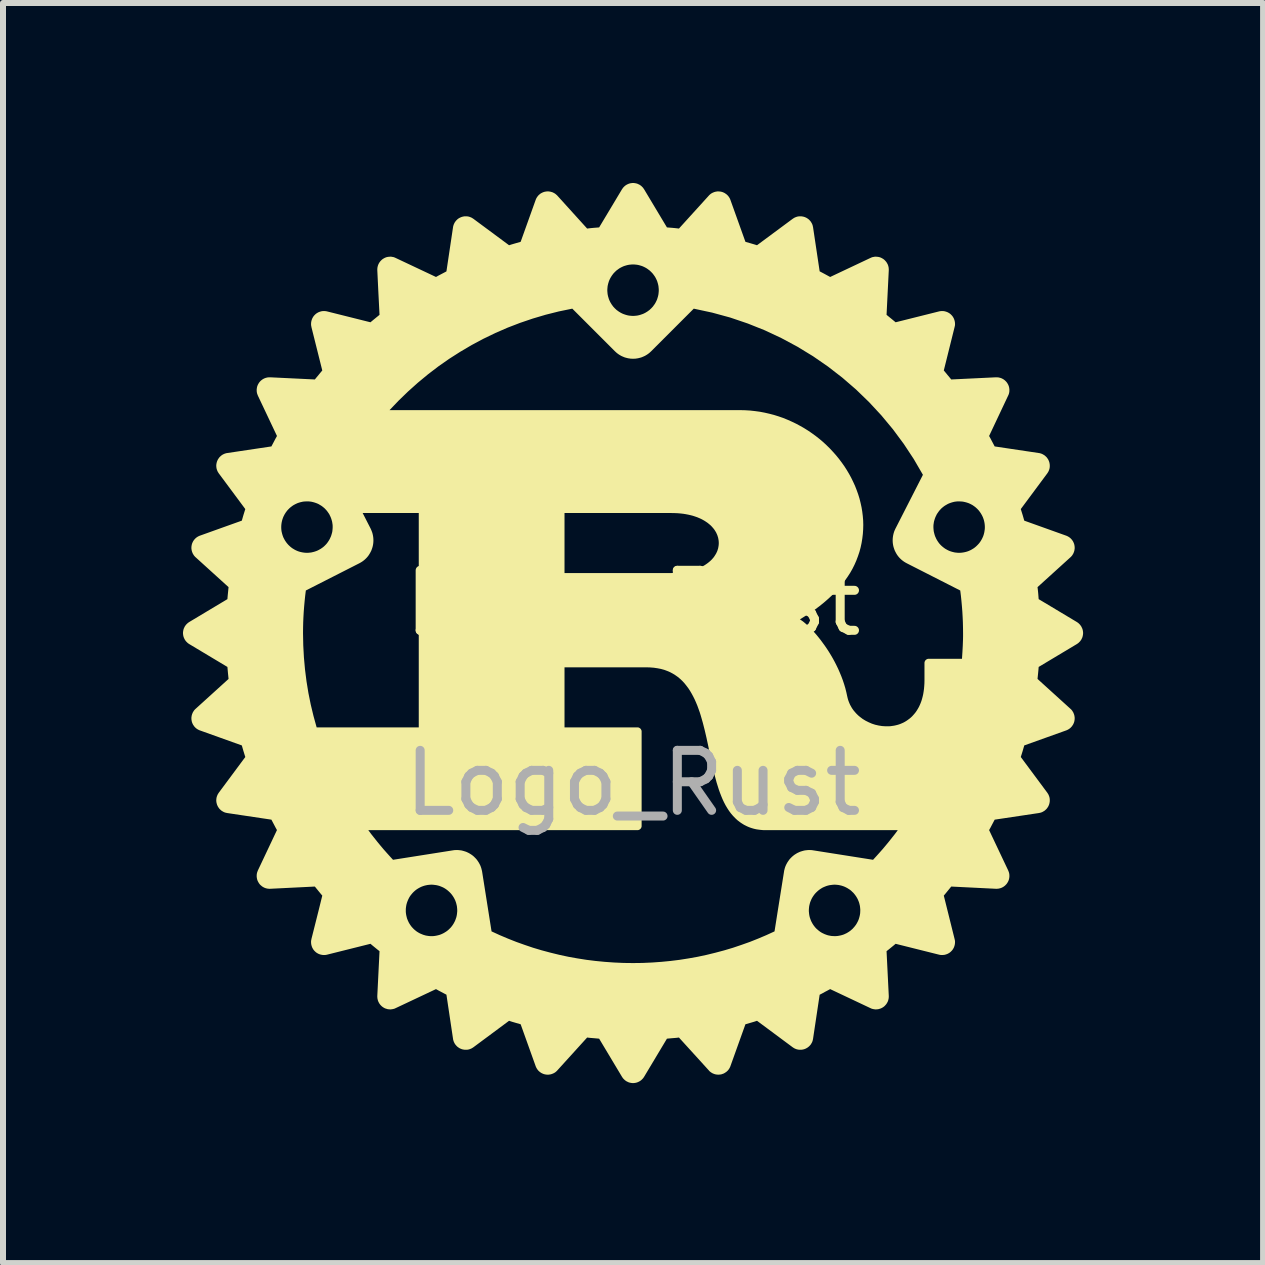
<source format=kicad_pcb>
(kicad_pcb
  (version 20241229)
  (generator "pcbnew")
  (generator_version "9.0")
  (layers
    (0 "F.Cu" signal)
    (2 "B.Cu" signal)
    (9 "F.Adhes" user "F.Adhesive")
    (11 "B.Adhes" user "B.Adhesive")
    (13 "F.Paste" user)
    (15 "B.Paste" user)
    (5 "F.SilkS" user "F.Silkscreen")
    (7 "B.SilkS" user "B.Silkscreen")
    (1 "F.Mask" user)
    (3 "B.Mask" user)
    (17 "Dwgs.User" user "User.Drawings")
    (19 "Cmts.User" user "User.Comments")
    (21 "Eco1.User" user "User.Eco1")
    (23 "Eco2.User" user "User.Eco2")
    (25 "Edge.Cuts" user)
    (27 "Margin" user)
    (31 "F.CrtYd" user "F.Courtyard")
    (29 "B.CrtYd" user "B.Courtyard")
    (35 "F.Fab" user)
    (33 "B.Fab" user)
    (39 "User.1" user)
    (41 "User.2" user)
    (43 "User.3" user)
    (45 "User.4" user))
  (footprint "Logo_Rust"
    (layer "F.Cu")
    (at 7.5 7.5)
    (property "Reference" "Logo_Rust" (at 0 -0.5 0) (unlocked yes) (layer "F.SilkS") (effects (font (size 1 1) (thickness 0.15))))
    (fp_poly (pts (xy 0.000023 -7.5) (xy 0.007 -7.5) (xy 0.014 -7.5) (xy 0.021 -7.499) (xy 0.028 -7.498) (xy 0.035 -7.497) (xy 0.042 -7.496) (xy 0.048 -7.494) (xy 0.055 -7.493) (xy 0.062 -7.491) (xy 0.068 -7.489) (xy 0.075 -7.487) (xy 0.081 -7.484) (xy 0.087 -7.481) (xy 0.094 -7.478) (xy 0.1 -7.475) (xy 0.106 -7.472) (xy 0.112 -7.469) (xy 0.117 -7.465) (xy 0.123 -7.461) (xy 0.129 -7.457) (xy 0.134 -7.453) (xy 0.139 -7.449) (xy 0.144 -7.444) (xy 0.149 -7.439) (xy 0.154 -7.434) (xy 0.159 -7.429) (xy 0.164 -7.424) (xy 0.168 -7.419) (xy 0.172 -7.413) (xy 0.176 -7.407) (xy 0.18 -7.402) (xy 0.184 -7.396) (xy 0.565 -6.76) (xy 0.665 -6.752) (xy 0.715 -6.747) (xy 0.765 -6.741) (xy 1.263 -7.29) (xy 1.272 -7.3) (xy 1.283 -7.309) (xy 1.293 -7.318) (xy 1.305 -7.326) (xy 1.317 -7.333) (xy 1.329 -7.339) (xy 1.341 -7.344) (xy 1.354 -7.349) (xy 1.367 -7.353) (xy 1.381 -7.356) (xy 1.394 -7.358) (xy 1.408 -7.36) (xy 1.421 -7.36) (xy 1.435 -7.359) (xy 1.449 -7.358) (xy 1.463 -7.356) (xy 1.477 -7.353) (xy 1.49 -7.349) (xy 1.503 -7.344) (xy 1.516 -7.338) (xy 1.528 -7.332) (xy 1.539 -7.324) (xy 1.551 -7.317) (xy 1.561 -7.308) (xy 1.571 -7.299) (xy 1.581 -7.289) (xy 1.59 -7.278) (xy 1.598 -7.267) (xy 1.605 -7.256) (xy 1.612 -7.244) (xy 1.618 -7.231) (xy 1.623 -7.218) (xy 1.873 -6.52) (xy 1.97 -6.492) (xy 2.018 -6.478) (xy 2.066 -6.463) (xy 2.66 -6.903) (xy 2.672 -6.911) (xy 2.684 -6.918) (xy 2.696 -6.925) (xy 2.709 -6.93) (xy 2.722 -6.935) (xy 2.735 -6.939) (xy 2.748 -6.942) (xy 2.762 -6.944) (xy 2.775 -6.945) (xy 2.789 -6.945) (xy 2.803 -6.945) (xy 2.816 -6.943) (xy 2.83 -6.941) (xy 2.843 -6.938) (xy 2.857 -6.934) (xy 2.87 -6.929) (xy 2.883 -6.923) (xy 2.895 -6.917) (xy 2.907 -6.909) (xy 2.918 -6.901) (xy 2.929 -6.893) (xy 2.939 -6.883) (xy 2.948 -6.873) (xy 2.957 -6.863) (xy 2.965 -6.852) (xy 2.972 -6.84) (xy 2.979 -6.828) (xy 2.985 -6.816) (xy 2.99 -6.803) (xy 2.994 -6.79) (xy 2.997 -6.776) (xy 3 -6.763) (xy 3.11 -6.028) (xy 3.154 -6.005) (xy 3.197 -5.982) (xy 3.241 -5.958) (xy 3.285 -5.934) (xy 3.956 -6.251) (xy 3.969 -6.257) (xy 3.982 -6.262) (xy 3.995 -6.266) (xy 4.009 -6.268) (xy 4.022 -6.271) (xy 4.036 -6.272) (xy 4.05 -6.272) (xy 4.063 -6.271) (xy 4.077 -6.27) (xy 4.09 -6.268) (xy 4.104 -6.265) (xy 4.117 -6.261) (xy 4.13 -6.256) (xy 4.142 -6.25) (xy 4.155 -6.243) (xy 4.167 -6.236) (xy 4.178 -6.228) (xy 4.189 -6.219) (xy 4.199 -6.209) (xy 4.208 -6.199) (xy 4.217 -6.189) (xy 4.225 -6.178) (xy 4.232 -6.166) (xy 4.239 -6.154) (xy 4.245 -6.142) (xy 4.25 -6.129) (xy 4.254 -6.116) (xy 4.257 -6.103) (xy 4.26 -6.089) (xy 4.261 -6.075) (xy 4.262 -6.061) (xy 4.262 -6.047) (xy 4.225 -5.303) (xy 4.263 -5.272) (xy 4.301 -5.241) (xy 4.339 -5.21) (xy 4.376 -5.179) (xy 5.099 -5.36) (xy 5.113 -5.363) (xy 5.127 -5.365) (xy 5.141 -5.366) (xy 5.155 -5.366) (xy 5.168 -5.366) (xy 5.182 -5.364) (xy 5.195 -5.362) (xy 5.209 -5.358) (xy 5.222 -5.354) (xy 5.235 -5.349) (xy 5.247 -5.344) (xy 5.259 -5.337) (xy 5.271 -5.33) (xy 5.282 -5.322) (xy 5.293 -5.313) (xy 5.303 -5.303) (xy 5.313 -5.293) (xy 5.322 -5.282) (xy 5.33 -5.271) (xy 5.337 -5.259) (xy 5.344 -5.247) (xy 5.349 -5.235) (xy 5.354 -5.222) (xy 5.358 -5.209) (xy 5.361 -5.196) (xy 5.364 -5.182) (xy 5.365 -5.169) (xy 5.366 -5.155) (xy 5.366 -5.141) (xy 5.365 -5.127) (xy 5.362 -5.113) (xy 5.359 -5.1) (xy 5.179 -4.376) (xy 5.21 -4.339) (xy 5.241 -4.301) (xy 5.272 -4.264) (xy 5.303 -4.226) (xy 6.047 -4.262) (xy 6.054 -4.262) (xy 6.061 -4.262) (xy 6.068 -4.262) (xy 6.075 -4.261) (xy 6.089 -4.26) (xy 6.102 -4.257) (xy 6.116 -4.254) (xy 6.129 -4.25) (xy 6.142 -4.245) (xy 6.154 -4.239) (xy 6.166 -4.233) (xy 6.178 -4.225) (xy 6.189 -4.217) (xy 6.199 -4.209) (xy 6.209 -4.199) (xy 6.219 -4.189) (xy 6.223 -4.184) (xy 6.228 -4.178) (xy 6.232 -4.173) (xy 6.236 -4.167) (xy 6.243 -4.155) (xy 6.25 -4.143) (xy 6.256 -4.13) (xy 6.261 -4.117) (xy 6.265 -4.104) (xy 6.268 -4.091) (xy 6.27 -4.077) (xy 6.272 -4.064) (xy 6.272 -4.05) (xy 6.272 -4.036) (xy 6.271 -4.022) (xy 6.269 -4.009) (xy 6.266 -3.995) (xy 6.262 -3.982) (xy 6.257 -3.969) (xy 6.251 -3.956) (xy 5.934 -3.284) (xy 5.958 -3.241) (xy 5.981 -3.197) (xy 6.027 -3.11) (xy 6.762 -3) (xy 6.776 -2.998) (xy 6.79 -2.994) (xy 6.803 -2.99) (xy 6.816 -2.985) (xy 6.828 -2.979) (xy 6.84 -2.972) (xy 6.852 -2.965) (xy 6.863 -2.957) (xy 6.873 -2.948) (xy 6.883 -2.939) (xy 6.893 -2.929) (xy 6.901 -2.918) (xy 6.909 -2.907) (xy 6.917 -2.895) (xy 6.923 -2.883) (xy 6.929 -2.87) (xy 6.934 -2.857) (xy 6.938 -2.844) (xy 6.941 -2.83) (xy 6.943 -2.816) (xy 6.945 -2.803) (xy 6.945 -2.789) (xy 6.945 -2.775) (xy 6.944 -2.762) (xy 6.942 -2.748) (xy 6.939 -2.735) (xy 6.935 -2.722) (xy 6.93 -2.709) (xy 6.925 -2.696) (xy 6.918 -2.684) (xy 6.911 -2.672) (xy 6.903 -2.66) (xy 6.462 -2.066) (xy 6.477 -2.018) (xy 6.492 -1.97) (xy 6.52 -1.873) (xy 7.218 -1.623) (xy 7.231 -1.618) (xy 7.243 -1.612) (xy 7.256 -1.605) (xy 7.267 -1.598) (xy 7.278 -1.59) (xy 7.289 -1.581) (xy 7.299 -1.571) (xy 7.308 -1.561) (xy 7.317 -1.551) (xy 7.324 -1.54) (xy 7.332 -1.528) (xy 7.338 -1.516) (xy 7.344 -1.503) (xy 7.349 -1.49) (xy 7.353 -1.477) (xy 7.356 -1.463) (xy 7.358 -1.449) (xy 7.36 -1.435) (xy 7.36 -1.422) (xy 7.36 -1.408) (xy 7.358 -1.394) (xy 7.356 -1.38) (xy 7.353 -1.367) (xy 7.349 -1.354) (xy 7.344 -1.341) (xy 7.339 -1.329) (xy 7.333 -1.317) (xy 7.325 -1.305) (xy 7.318 -1.293) (xy 7.309 -1.283) (xy 7.3 -1.272) (xy 7.289 -1.262) (xy 6.741 -0.765) (xy 6.747 -0.715) (xy 6.752 -0.665) (xy 6.756 -0.615) (xy 6.76 -0.565) (xy 7.396 -0.184) (xy 7.408 -0.176) (xy 7.419 -0.168) (xy 7.429 -0.159) (xy 7.439 -0.149) (xy 7.449 -0.139) (xy 7.457 -0.128) (xy 7.465 -0.117) (xy 7.472 -0.106) (xy 7.478 -0.093) (xy 7.484 -0.081) (xy 7.489 -0.068) (xy 7.493 -0.055) (xy 7.496 -0.042) (xy 7.498 -0.028) (xy 7.5 -0.014) (xy 7.5 0.00008) (xy 7.5 0.007) (xy 7.5 0.014) (xy 7.499 0.021) (xy 7.498 0.028) (xy 7.497 0.035) (xy 7.496 0.042) (xy 7.494 0.048) (xy 7.493 0.055) (xy 7.491 0.062) (xy 7.489 0.068) (xy 7.487 0.075) (xy 7.484 0.081) (xy 7.481 0.087) (xy 7.478 0.094) (xy 7.475 0.1) (xy 7.472 0.106) (xy 7.469 0.112) (xy 7.465 0.117) (xy 7.461 0.123) (xy 7.457 0.129) (xy 7.453 0.134) (xy 7.449 0.139) (xy 7.444 0.144) (xy 7.439 0.149) (xy 7.434 0.154) (xy 7.429 0.159) (xy 7.424 0.164) (xy 7.419 0.168) (xy 7.413 0.172) (xy 7.408 0.176) (xy 7.402 0.18) (xy 7.396 0.184) (xy 6.76 0.565) (xy 6.756 0.615) (xy 6.751 0.665) (xy 6.741 0.765) (xy 7.289 1.262) (xy 7.3 1.272) (xy 7.309 1.282) (xy 7.318 1.293) (xy 7.325 1.305) (xy 7.333 1.316) (xy 7.339 1.329) (xy 7.344 1.341) (xy 7.349 1.354) (xy 7.353 1.367) (xy 7.356 1.38) (xy 7.358 1.394) (xy 7.36 1.408) (xy 7.36 1.421) (xy 7.36 1.435) (xy 7.358 1.449) (xy 7.356 1.463) (xy 7.353 1.477) (xy 7.349 1.49) (xy 7.344 1.503) (xy 7.338 1.516) (xy 7.332 1.528) (xy 7.324 1.539) (xy 7.317 1.551) (xy 7.308 1.561) (xy 7.299 1.571) (xy 7.289 1.581) (xy 7.278 1.59) (xy 7.267 1.598) (xy 7.256 1.605) (xy 7.243 1.612) (xy 7.231 1.618) (xy 7.218 1.623) (xy 6.52 1.873) (xy 6.492 1.97) (xy 6.477 2.018) (xy 6.462 2.066) (xy 6.903 2.66) (xy 6.911 2.672) (xy 6.918 2.684) (xy 6.925 2.696) (xy 6.93 2.709) (xy 6.935 2.722) (xy 6.939 2.735) (xy 6.942 2.748) (xy 6.944 2.762) (xy 6.945 2.775) (xy 6.945 2.789) (xy 6.945 2.803) (xy 6.943 2.816) (xy 6.941 2.83) (xy 6.938 2.843) (xy 6.934 2.857) (xy 6.929 2.87) (xy 6.923 2.883) (xy 6.917 2.895) (xy 6.909 2.907) (xy 6.901 2.918) (xy 6.893 2.929) (xy 6.883 2.939) (xy 6.873 2.948) (xy 6.863 2.957) (xy 6.852 2.965) (xy 6.84 2.972) (xy 6.828 2.979) (xy 6.816 2.985) (xy 6.803 2.99) (xy 6.79 2.994) (xy 6.776 2.997) (xy 6.762 3) (xy 6.027 3.11) (xy 5.981 3.197) (xy 5.958 3.241) (xy 5.934 3.284) (xy 6.252 3.956) (xy 6.257 3.969) (xy 6.262 3.982) (xy 6.266 3.995) (xy 6.269 4.009) (xy 6.271 4.022) (xy 6.272 4.036) (xy 6.272 4.05) (xy 6.272 4.063) (xy 6.27 4.077) (xy 6.268 4.09) (xy 6.265 4.104) (xy 6.261 4.117) (xy 6.256 4.13) (xy 6.25 4.143) (xy 6.243 4.155) (xy 6.236 4.167) (xy 6.228 4.178) (xy 6.219 4.189) (xy 6.209 4.199) (xy 6.199 4.209) (xy 6.189 4.217) (xy 6.178 4.225) (xy 6.166 4.233) (xy 6.154 4.239) (xy 6.142 4.245) (xy 6.129 4.25) (xy 6.116 4.254) (xy 6.102 4.257) (xy 6.089 4.26) (xy 6.075 4.261) (xy 6.061 4.262) (xy 6.047 4.262) (xy 5.303 4.225) (xy 5.272 4.263) (xy 5.241 4.301) (xy 5.21 4.339) (xy 5.179 4.376) (xy 5.359 5.1) (xy 5.362 5.113) (xy 5.365 5.127) (xy 5.366 5.141) (xy 5.366 5.155) (xy 5.365 5.168) (xy 5.364 5.182) (xy 5.361 5.196) (xy 5.358 5.209) (xy 5.354 5.222) (xy 5.349 5.235) (xy 5.344 5.247) (xy 5.337 5.259) (xy 5.33 5.271) (xy 5.322 5.282) (xy 5.313 5.293) (xy 5.303 5.303) (xy 5.293 5.313) (xy 5.282 5.322) (xy 5.271 5.33) (xy 5.259 5.337) (xy 5.247 5.344) (xy 5.235 5.349) (xy 5.222 5.354) (xy 5.209 5.358) (xy 5.195 5.362) (xy 5.182 5.364) (xy 5.168 5.365) (xy 5.155 5.366) (xy 5.141 5.366) (xy 5.127 5.365) (xy 5.113 5.363) (xy 5.099 5.36) (xy 4.376 5.179) (xy 4.339 5.21) (xy 4.301 5.241) (xy 4.263 5.272) (xy 4.225 5.302) (xy 4.262 6.047) (xy 4.262 6.054) (xy 4.262 6.061) (xy 4.262 6.068) (xy 4.261 6.075) (xy 4.26 6.089) (xy 4.257 6.102) (xy 4.254 6.116) (xy 4.25 6.129) (xy 4.245 6.142) (xy 4.239 6.154) (xy 4.232 6.166) (xy 4.225 6.178) (xy 4.217 6.189) (xy 4.208 6.199) (xy 4.199 6.209) (xy 4.189 6.219) (xy 4.184 6.223) (xy 4.178 6.228) (xy 4.172 6.232) (xy 4.167 6.236) (xy 4.155 6.243) (xy 4.142 6.25) (xy 4.13 6.256) (xy 4.117 6.26) (xy 4.104 6.264) (xy 4.09 6.268) (xy 4.077 6.27) (xy 4.063 6.271) (xy 4.05 6.272) (xy 4.036 6.272) (xy 4.022 6.27) (xy 4.009 6.268) (xy 3.995 6.265) (xy 3.982 6.262) (xy 3.969 6.257) (xy 3.956 6.251) (xy 3.285 5.934) (xy 3.241 5.958) (xy 3.197 5.981) (xy 3.154 6.005) (xy 3.11 6.028) (xy 3 6.762) (xy 2.997 6.776) (xy 2.994 6.79) (xy 2.99 6.803) (xy 2.985 6.816) (xy 2.979 6.828) (xy 2.972 6.84) (xy 2.965 6.852) (xy 2.957 6.863) (xy 2.948 6.873) (xy 2.939 6.883) (xy 2.929 6.892) (xy 2.918 6.901) (xy 2.907 6.909) (xy 2.895 6.916) (xy 2.883 6.923) (xy 2.87 6.929) (xy 2.857 6.934) (xy 2.843 6.938) (xy 2.83 6.941) (xy 2.816 6.943) (xy 2.803 6.945) (xy 2.789 6.945) (xy 2.775 6.945) (xy 2.762 6.944) (xy 2.748 6.941) (xy 2.735 6.939) (xy 2.722 6.935) (xy 2.709 6.93) (xy 2.696 6.925) (xy 2.684 6.918) (xy 2.672 6.911) (xy 2.66 6.903) (xy 2.066 6.462) (xy 2.018 6.478) (xy 1.97 6.492) (xy 1.873 6.52) (xy 1.623 7.218) (xy 1.618 7.231) (xy 1.612 7.243) (xy 1.605 7.256) (xy 1.598 7.267) (xy 1.59 7.278) (xy 1.581 7.289) (xy 1.571 7.299) (xy 1.561 7.308) (xy 1.551 7.316) (xy 1.539 7.324) (xy 1.528 7.331) (xy 1.516 7.338) (xy 1.503 7.344) (xy 1.49 7.348) (xy 1.477 7.353) (xy 1.463 7.356) (xy 1.449 7.358) (xy 1.435 7.359) (xy 1.421 7.36) (xy 1.408 7.359) (xy 1.394 7.358) (xy 1.381 7.356) (xy 1.367 7.353) (xy 1.354 7.349) (xy 1.341 7.344) (xy 1.329 7.339) (xy 1.317 7.333) (xy 1.305 7.325) (xy 1.294 7.318) (xy 1.283 7.309) (xy 1.272 7.3) (xy 1.263 7.289) (xy 0.765 6.741) (xy 0.715 6.747) (xy 0.665 6.751) (xy 0.565 6.76) (xy 0.184 7.396) (xy 0.176 7.408) (xy 0.168 7.419) (xy 0.159 7.429) (xy 0.149 7.439) (xy 0.139 7.449) (xy 0.129 7.457) (xy 0.117 7.465) (xy 0.106 7.472) (xy 0.094 7.478) (xy 0.081 7.484) (xy 0.068 7.489) (xy 0.055 7.493) (xy 0.042 7.496) (xy 0.028 7.498) (xy 0.014 7.5) (xy 0.000031 7.5) (xy -0.007 7.5) (xy -0.014 7.5) (xy -0.021 7.499) (xy -0.028 7.498) (xy -0.035 7.497) (xy -0.042 7.496) (xy -0.048 7.494) (xy -0.055 7.493) (xy -0.062 7.491) (xy -0.068 7.489) (xy -0.075 7.487) (xy -0.081 7.484) (xy -0.087 7.481) (xy -0.094 7.478) (xy -0.1 7.475) (xy -0.106 7.472) (xy -0.112 7.469) (xy -0.117 7.465) (xy -0.123 7.461) (xy -0.129 7.457) (xy -0.134 7.453) (xy -0.139 7.449) (xy -0.144 7.444) (xy -0.149 7.439) (xy -0.154 7.434) (xy -0.159 7.429) (xy -0.164 7.424) (xy -0.168 7.419) (xy -0.172 7.413) (xy -0.176 7.408) (xy -0.18 7.402) (xy -0.184 7.396) (xy -0.565 6.76) (xy -0.665 6.751) (xy -0.715 6.747) (xy -0.765 6.741) (xy -1.262 7.289) (xy -1.272 7.3) (xy -1.283 7.309) (xy -1.293 7.318) (xy -1.305 7.326) (xy -1.317 7.333) (xy -1.329 7.339) (xy -1.341 7.344) (xy -1.354 7.349) (xy -1.367 7.353) (xy -1.381 7.356) (xy -1.394 7.358) (xy -1.408 7.36) (xy -1.422 7.36) (xy -1.435 7.36) (xy -1.449 7.358) (xy -1.463 7.356) (xy -1.477 7.353) (xy -1.49 7.349) (xy -1.503 7.344) (xy -1.516 7.338) (xy -1.528 7.332) (xy -1.54 7.324) (xy -1.551 7.317) (xy -1.561 7.308) (xy -1.572 7.299) (xy -1.581 7.289) (xy -1.59 7.278) (xy -1.598 7.267) (xy -1.605 7.256) (xy -1.612 7.243) (xy -1.618 7.231) (xy -1.623 7.218) (xy -1.873 6.52) (xy -1.97 6.492) (xy -2.018 6.478) (xy -2.066 6.462) (xy -2.66 6.903) (xy -2.672 6.911) (xy -2.684 6.918) (xy -2.696 6.925) (xy -2.709 6.93) (xy -2.722 6.935) (xy -2.735 6.939) (xy -2.748 6.942) (xy -2.762 6.944) (xy -2.775 6.945) (xy -2.789 6.945) (xy -2.803 6.945) (xy -2.816 6.943) (xy -2.83 6.941) (xy -2.844 6.938) (xy -2.857 6.934) (xy -2.87 6.929) (xy -2.883 6.923) (xy -2.895 6.917) (xy -2.907 6.909) (xy -2.918 6.901) (xy -2.929 6.893) (xy -2.939 6.883) (xy -2.948 6.873) (xy -2.957 6.863) (xy -2.965 6.852) (xy -2.973 6.84) (xy -2.979 6.828) (xy -2.985 6.816) (xy -2.99 6.803) (xy -2.994 6.79) (xy -2.998 6.776) (xy -3 6.762) (xy -3.11 6.027) (xy -3.154 6.004) (xy -3.197 5.981) (xy -3.241 5.958) (xy -3.284 5.934) (xy -3.956 6.251) (xy -3.969 6.257) (xy -3.982 6.262) (xy -3.995 6.265) (xy -4.009 6.268) (xy -4.022 6.27) (xy -4.036 6.272) (xy -4.05 6.272) (xy -4.063 6.271) (xy -4.077 6.27) (xy -4.091 6.268) (xy -4.104 6.264) (xy -4.117 6.26) (xy -4.13 6.256) (xy -4.143 6.25) (xy -4.155 6.243) (xy -4.167 6.236) (xy -4.178 6.228) (xy -4.189 6.219) (xy -4.199 6.209) (xy -4.209 6.199) (xy -4.217 6.189) (xy -4.225 6.178) (xy -4.233 6.166) (xy -4.239 6.154) (xy -4.245 6.142) (xy -4.25 6.129) (xy -4.254 6.116) (xy -4.257 6.102) (xy -4.26 6.089) (xy -4.261 6.075) (xy -4.262 6.061) (xy -4.262 6.047) (xy -4.225 5.302) (xy -4.263 5.272) (xy -4.301 5.241) (xy -4.339 5.21) (xy -4.376 5.179) (xy -5.099 5.36) (xy -5.113 5.363) (xy -5.127 5.365) (xy -5.141 5.366) (xy -5.155 5.366) (xy -5.168 5.365) (xy -5.182 5.364) (xy -5.195 5.361) (xy -5.209 5.358) (xy -5.222 5.354) (xy -5.235 5.349) (xy -5.247 5.344) (xy -5.259 5.337) (xy -5.271 5.33) (xy -5.282 5.322) (xy -5.293 5.313) (xy -5.303 5.303) (xy -5.313 5.293) (xy -5.322 5.282) (xy -5.33 5.271) (xy -5.337 5.259) (xy -5.344 5.247) (xy -5.349 5.235) (xy -5.354 5.222) (xy -5.358 5.209) (xy -5.361 5.196) (xy -5.364 5.182) (xy -5.365 5.168) (xy -5.366 5.155) (xy -5.366 5.141) (xy -5.365 5.127) (xy -5.362 5.113) (xy -5.36 5.1) (xy -5.241 4.627) (xy -3.787 4.627) (xy -3.787 4.648) (xy -3.785 4.669) (xy -3.782 4.69) (xy -3.778 4.711) (xy -3.773 4.731) (xy -3.768 4.752) (xy -3.761 4.771) (xy -3.753 4.791) (xy -3.744 4.81) (xy -3.735 4.829) (xy -3.724 4.847) (xy -3.713 4.864) (xy -3.701 4.881) (xy -3.688 4.898) (xy -3.674 4.913) (xy -3.659 4.929) (xy -3.644 4.943) (xy -3.627 4.957) (xy -3.611 4.97) (xy -3.593 4.982) (xy -3.575 4.993) (xy -3.557 5.003) (xy -3.538 5.012) (xy -3.518 5.02) (xy -3.499 5.028) (xy -3.479 5.034) (xy -3.459 5.04) (xy -3.438 5.044) (xy -3.418 5.047) (xy -3.397 5.05) (xy -3.376 5.051) (xy -3.355 5.051) (xy -3.334 5.051) (xy -3.313 5.049) (xy -3.292 5.046) (xy -3.271 5.042) (xy -3.25 5.037) (xy -3.23 5.032) (xy -3.21 5.025) (xy -3.19 5.017) (xy -3.171 5.008) (xy -3.153 4.999) (xy -3.135 4.988) (xy -3.117 4.977) (xy -3.1 4.965) (xy -3.084 4.952) (xy -3.068 4.938) (xy -3.053 4.923) (xy -3.038 4.908) (xy -3.025 4.892) (xy -3.012 4.875) (xy -2.999 4.856) (xy -2.988 4.838) (xy -2.978 4.819) (xy -2.968 4.8) (xy -2.96 4.78) (xy -2.953 4.76) (xy -2.946 4.74) (xy -2.941 4.72) (xy -2.937 4.7) (xy -2.934 4.679) (xy -2.932 4.658) (xy -2.93 4.638) (xy -2.93 4.617) (xy -2.931 4.597) (xy -2.933 4.576) (xy -2.935 4.556) (xy -2.939 4.536) (xy -2.944 4.516) (xy -2.949 4.496) (xy -2.956 4.476) (xy -2.963 4.457) (xy -2.972 4.438) (xy -2.981 4.42) (xy -2.992 4.401) (xy -3.003 4.384) (xy -3.015 4.367) (xy -3.028 4.35) (xy -3.042 4.334) (xy -3.057 4.319) (xy -3.073 4.304) (xy -3.089 4.29) (xy -3.107 4.276) (xy -3.12 4.267) (xy -3.133 4.258) (xy -3.147 4.25) (xy -3.161 4.242) (xy -3.176 4.235) (xy -3.19 4.229) (xy -3.205 4.223) (xy -3.22 4.217) (xy -3.235 4.212) (xy -3.251 4.208) (xy -3.266 4.204) (xy -3.282 4.201) (xy -3.298 4.199) (xy -3.314 4.197) (xy -3.33 4.195) (xy -3.346 4.194) (xy -3.346 4.194) (xy -3.372 4.194) (xy -3.399 4.196) (xy -3.425 4.199) (xy -3.45 4.204) (xy -3.475 4.21) (xy -3.5 4.218) (xy -3.524 4.227) (xy -3.548 4.238) (xy -3.57 4.25) (xy -3.592 4.263) (xy -3.614 4.278) (xy -3.634 4.294) (xy -3.654 4.312) (xy -3.672 4.33) (xy -3.689 4.35) (xy -3.706 4.371) (xy -3.718 4.388) (xy -3.729 4.406) (xy -3.739 4.425) (xy -3.748 4.444) (xy -3.756 4.463) (xy -3.764 4.483) (xy -3.77 4.502) (xy -3.776 4.523) (xy -3.78 4.543) (xy -3.783 4.564) (xy -3.786 4.585) (xy -3.787 4.605) (xy -3.787 4.627) (xy -5.241 4.627) (xy -5.179 4.376) (xy -5.21 4.339) (xy -5.241 4.301) (xy -5.272 4.263) (xy -5.303 4.225) (xy -6.047 4.262) (xy -6.054 4.262) (xy -6.061 4.262) (xy -6.068 4.262) (xy -6.075 4.261) (xy -6.089 4.26) (xy -6.103 4.257) (xy -6.116 4.254) (xy -6.129 4.25) (xy -6.142 4.245) (xy -6.154 4.239) (xy -6.166 4.233) (xy -6.178 4.225) (xy -6.189 4.217) (xy -6.199 4.208) (xy -6.21 4.199) (xy -6.219 4.189) (xy -6.224 4.184) (xy -6.228 4.178) (xy -6.232 4.172) (xy -6.236 4.167) (xy -6.243 4.155) (xy -6.25 4.142) (xy -6.256 4.13) (xy -6.261 4.117) (xy -6.265 4.104) (xy -6.268 4.09) (xy -6.27 4.077) (xy -6.272 4.063) (xy -6.272 4.05) (xy -6.272 4.036) (xy -6.271 4.022) (xy -6.269 4.009) (xy -6.266 3.995) (xy -6.262 3.982) (xy -6.257 3.969) (xy -6.252 3.956) (xy -5.935 3.285) (xy -4.412 3.285) (xy -4.364 3.35) (xy -4.314 3.413) (xy -4.264 3.476) (xy -4.213 3.538) (xy -4.161 3.6) (xy -4.108 3.66) (xy -4.054 3.72) (xy -4 3.779) (xy -3.006 3.622) (xy -3 3.621) (xy -2.993 3.62) (xy -2.987 3.619) (xy -2.98 3.618) (xy -2.974 3.618) (xy -2.967 3.617) (xy -2.961 3.617) (xy -2.954 3.617) (xy -2.934 3.616) (xy -2.914 3.617) (xy -2.894 3.619) (xy -2.875 3.621) (xy -2.855 3.624) (xy -2.836 3.629) (xy -2.818 3.634) (xy -2.799 3.64) (xy -2.781 3.646) (xy -2.763 3.654) (xy -2.746 3.662) (xy -2.729 3.671) (xy -2.713 3.681) (xy -2.697 3.691) (xy -2.681 3.702) (xy -2.666 3.714) (xy -2.652 3.726) (xy -2.638 3.74) (xy -2.625 3.753) (xy -2.612 3.767) (xy -2.6 3.782) (xy -2.589 3.798) (xy -2.578 3.814) (xy -2.568 3.83) (xy -2.559 3.847) (xy -2.55 3.864) (xy -2.542 3.882) (xy -2.535 3.901) (xy -2.529 3.919) (xy -2.524 3.939) (xy -2.519 3.958) (xy -2.515 3.978) (xy -2.358 4.972) (xy -2.223 5.034) (xy -2.086 5.092) (xy -1.947 5.147) (xy -1.807 5.197) (xy -1.665 5.245) (xy -1.521 5.288) (xy -1.375 5.327) (xy -1.228 5.363) (xy -1.079 5.395) (xy -0.929 5.422) (xy -0.777 5.446) (xy -0.624 5.465) (xy -0.47 5.48) (xy -0.315 5.491) (xy -0.158 5.498) (xy 0.000069 5.5) (xy 0.158 5.498) (xy 0.315 5.491) (xy 0.47 5.48) (xy 0.624 5.465) (xy 0.777 5.446) (xy 0.929 5.422) (xy 1.079 5.395) (xy 1.228 5.363) (xy 1.375 5.327) (xy 1.521 5.288) (xy 1.665 5.245) (xy 1.807 5.197) (xy 1.948 5.147) (xy 2.086 5.092) (xy 2.223 5.034) (xy 2.358 4.972) (xy 2.414 4.617) (xy 2.93 4.617) (xy 2.93 4.638) (xy 2.932 4.658) (xy 2.934 4.679) (xy 2.937 4.7) (xy 2.941 4.72) (xy 2.946 4.74) (xy 2.953 4.76) (xy 2.96 4.78) (xy 2.968 4.8) (xy 2.978 4.819) (xy 2.988 4.838) (xy 2.999 4.856) (xy 3.012 4.875) (xy 3.025 4.892) (xy 3.039 4.909) (xy 3.054 4.925) (xy 3.07 4.939) (xy 3.086 4.953) (xy 3.102 4.966) (xy 3.12 4.979) (xy 3.137 4.99) (xy 3.155 5) (xy 3.174 5.009) (xy 3.193 5.018) (xy 3.212 5.025) (xy 3.231 5.032) (xy 3.251 5.038) (xy 3.271 5.042) (xy 3.291 5.046) (xy 3.312 5.049) (xy 3.332 5.05) (xy 3.353 5.051) (xy 3.374 5.051) (xy 3.394 5.05) (xy 3.415 5.048) (xy 3.435 5.044) (xy 3.456 5.04) (xy 3.476 5.035) (xy 3.496 5.029) (xy 3.516 5.022) (xy 3.535 5.013) (xy 3.555 5.004) (xy 3.574 4.993) (xy 3.592 4.982) (xy 3.61 4.97) (xy 3.627 4.957) (xy 3.643 4.943) (xy 3.659 4.929) (xy 3.673 4.913) (xy 3.687 4.898) (xy 3.7 4.881) (xy 3.713 4.864) (xy 3.724 4.847) (xy 3.734 4.829) (xy 3.744 4.81) (xy 3.753 4.791) (xy 3.761 4.771) (xy 3.767 4.752) (xy 3.773 4.731) (xy 3.778 4.711) (xy 3.782 4.69) (xy 3.785 4.669) (xy 3.786 4.648) (xy 3.787 4.627) (xy 3.787 4.606) (xy 3.785 4.585) (xy 3.783 4.564) (xy 3.78 4.543) (xy 3.775 4.523) (xy 3.77 4.502) (xy 3.764 4.483) (xy 3.756 4.463) (xy 3.748 4.444) (xy 3.739 4.425) (xy 3.728 4.406) (xy 3.717 4.388) (xy 3.705 4.371) (xy 3.689 4.35) (xy 3.672 4.33) (xy 3.653 4.312) (xy 3.634 4.294) (xy 3.614 4.278) (xy 3.592 4.264) (xy 3.57 4.25) (xy 3.547 4.238) (xy 3.524 4.227) (xy 3.5 4.218) (xy 3.475 4.21) (xy 3.45 4.204) (xy 3.425 4.199) (xy 3.399 4.196) (xy 3.372 4.194) (xy 3.346 4.194) (xy 3.33 4.195) (xy 3.314 4.197) (xy 3.298 4.199) (xy 3.282 4.201) (xy 3.266 4.204) (xy 3.251 4.208) (xy 3.235 4.212) (xy 3.22 4.217) (xy 3.205 4.223) (xy 3.19 4.229) (xy 3.176 4.235) (xy 3.161 4.242) (xy 3.147 4.25) (xy 3.134 4.258) (xy 3.12 4.267) (xy 3.107 4.276) (xy 3.089 4.29) (xy 3.073 4.304) (xy 3.057 4.319) (xy 3.042 4.334) (xy 3.028 4.35) (xy 3.015 4.367) (xy 3.003 4.384) (xy 2.992 4.401) (xy 2.981 4.42) (xy 2.972 4.438) (xy 2.964 4.457) (xy 2.956 4.476) (xy 2.949 4.496) (xy 2.944 4.516) (xy 2.939 4.536) (xy 2.935 4.556) (xy 2.933 4.576) (xy 2.931 4.597) (xy 2.93 4.617) (xy 2.414 4.617) (xy 2.516 3.978) (xy 2.519 3.958) (xy 2.524 3.939) (xy 2.529 3.919) (xy 2.535 3.901) (xy 2.542 3.882) (xy 2.55 3.864) (xy 2.559 3.847) (xy 2.568 3.83) (xy 2.578 3.814) (xy 2.589 3.798) (xy 2.6 3.782) (xy 2.612 3.767) (xy 2.625 3.753) (xy 2.638 3.74) (xy 2.652 3.726) (xy 2.667 3.714) (xy 2.681 3.702) (xy 2.697 3.691) (xy 2.713 3.681) (xy 2.729 3.671) (xy 2.746 3.662) (xy 2.764 3.654) (xy 2.781 3.646) (xy 2.799 3.64) (xy 2.818 3.634) (xy 2.836 3.629) (xy 2.856 3.624) (xy 2.875 3.621) (xy 2.894 3.619) (xy 2.914 3.617) (xy 2.934 3.616) (xy 2.954 3.617) (xy 2.961 3.617) (xy 2.967 3.617) (xy 2.974 3.618) (xy 2.98 3.618) (xy 2.987 3.619) (xy 2.993 3.62) (xy 2.999 3.621) (xy 3.006 3.622) (xy 4 3.779) (xy 4.054 3.72) (xy 4.108 3.66) (xy 4.161 3.6) (xy 4.213 3.538) (xy 4.264 3.476) (xy 4.314 3.413) (xy 4.364 3.35) (xy 4.412 3.285) (xy 2.214 3.285) (xy 2.182 3.285) (xy 2.151 3.283) (xy 2.12 3.28) (xy 2.09 3.276) (xy 2.061 3.272) (xy 2.032 3.266) (xy 2.005 3.259) (xy 1.978 3.251) (xy 1.951 3.242) (xy 1.925 3.232) (xy 1.9 3.221) (xy 1.876 3.209) (xy 1.852 3.197) (xy 1.829 3.183) (xy 1.807 3.169) (xy 1.785 3.154) (xy 1.764 3.138) (xy 1.743 3.122) (xy 1.723 3.104) (xy 1.704 3.086) (xy 1.667 3.048) (xy 1.632 3.007) (xy 1.6 2.964) (xy 1.57 2.918) (xy 1.542 2.871) (xy 1.516 2.821) (xy 1.492 2.77) (xy 1.47 2.717) (xy 1.449 2.663) (xy 1.429 2.607) (xy 1.393 2.492) (xy 1.361 2.373) (xy 1.332 2.25) (xy 1.304 2.125) (xy 1.251 1.872) (xy 1.224 1.746) (xy 1.195 1.621) (xy 1.164 1.499) (xy 1.13 1.38) (xy 1.112 1.322) (xy 1.092 1.266) (xy 1.072 1.211) (xy 1.05 1.158) (xy 1.027 1.106) (xy 1.002 1.056) (xy 0.976 1.008) (xy 0.949 0.962) (xy 0.92 0.918) (xy 0.889 0.877) (xy 0.857 0.837) (xy 0.823 0.8) (xy 0.786 0.765) (xy 0.748 0.733) (xy 0.707 0.704) (xy 0.664 0.677) (xy 0.619 0.653) (xy 0.57 0.632) (xy 0.519 0.613) (xy 0.464 0.598) (xy 0.407 0.587) (xy 0.346 0.578) (xy 0.282 0.573) (xy 0.214 0.571) (xy -1.142 0.571) (xy -1.142 1.572) (xy 0.072 1.572) (xy 0.075 1.572) (xy 0.079 1.572) (xy 0.082 1.573) (xy 0.086 1.573) (xy 0.089 1.574) (xy 0.093 1.575) (xy 0.096 1.576) (xy 0.099 1.577) (xy 0.102 1.579) (xy 0.105 1.58) (xy 0.108 1.582) (xy 0.111 1.584) (xy 0.114 1.586) (xy 0.117 1.588) (xy 0.119 1.59) (xy 0.122 1.592) (xy 0.124 1.595) (xy 0.127 1.597) (xy 0.129 1.6) (xy 0.131 1.603) (xy 0.133 1.606) (xy 0.134 1.609) (xy 0.136 1.612) (xy 0.137 1.615) (xy 0.139 1.618) (xy 0.14 1.621) (xy 0.141 1.625) (xy 0.142 1.628) (xy 0.142 1.632) (xy 0.143 1.635) (xy 0.143 1.639) (xy 0.143 1.642) (xy 0.143 3.215) (xy 0.143 3.218) (xy 0.143 3.222) (xy 0.142 3.225) (xy 0.142 3.229) (xy 0.141 3.232) (xy 0.14 3.236) (xy 0.139 3.239) (xy 0.137 3.242) (xy 0.136 3.245) (xy 0.134 3.248) (xy 0.133 3.251) (xy 0.131 3.254) (xy 0.129 3.257) (xy 0.127 3.26) (xy 0.124 3.262) (xy 0.122 3.265) (xy 0.12 3.267) (xy 0.117 3.269) (xy 0.114 3.271) (xy 0.111 3.273) (xy 0.109 3.275) (xy 0.106 3.277) (xy 0.102 3.279) (xy 0.099 3.28) (xy 0.096 3.281) (xy 0.093 3.282) (xy 0.089 3.283) (xy 0.086 3.284) (xy 0.082 3.285) (xy 0.079 3.285) (xy 0.075 3.285) (xy 0.072 3.285) (xy -4.412 3.285) (xy -5.935 3.285) (xy -5.934 3.284) (xy -5.958 3.241) (xy -5.981 3.197) (xy -6.027 3.11) (xy -6.762 3) (xy -6.776 2.997) (xy -6.79 2.994) (xy -6.803 2.99) (xy -6.816 2.985) (xy -6.828 2.979) (xy -6.84 2.972) (xy -6.852 2.965) (xy -6.863 2.957) (xy -6.873 2.948) (xy -6.883 2.939) (xy -6.893 2.929) (xy -6.901 2.918) (xy -6.909 2.907) (xy -6.917 2.895) (xy -6.923 2.883) (xy -6.929 2.87) (xy -6.934 2.857) (xy -6.938 2.843) (xy -6.941 2.83) (xy -6.944 2.816) (xy -6.945 2.803) (xy -6.946 2.789) (xy -6.945 2.775) (xy -6.944 2.762) (xy -6.942 2.748) (xy -6.939 2.735) (xy -6.935 2.722) (xy -6.93 2.709) (xy -6.925 2.696) (xy -6.918 2.684) (xy -6.911 2.672) (xy -6.903 2.66) (xy -6.462 2.066) (xy -6.477 2.018) (xy -6.492 1.97) (xy -6.52 1.873) (xy -7.218 1.623) (xy -7.231 1.618) (xy -7.243 1.612) (xy -7.256 1.605) (xy -7.267 1.598) (xy -7.278 1.59) (xy -7.289 1.581) (xy -7.299 1.571) (xy -7.308 1.561) (xy -7.317 1.551) (xy -7.324 1.539) (xy -7.332 1.528) (xy -7.338 1.516) (xy -7.344 1.503) (xy -7.349 1.49) (xy -7.353 1.477) (xy -7.356 1.463) (xy -7.358 1.449) (xy -7.36 1.435) (xy -7.36 1.421) (xy -7.36 1.408) (xy -7.358 1.394) (xy -7.356 1.38) (xy -7.353 1.367) (xy -7.349 1.354) (xy -7.344 1.341) (xy -7.339 1.329) (xy -7.333 1.316) (xy -7.325 1.305) (xy -7.318 1.293) (xy -7.309 1.282) (xy -7.3 1.272) (xy -7.289 1.262) (xy -6.741 0.765) (xy -6.746 0.715) (xy -6.751 0.665) (xy -6.76 0.565) (xy -7.396 0.184) (xy -7.408 0.176) (xy -7.419 0.168) (xy -7.429 0.159) (xy -7.439 0.149) (xy -7.449 0.139) (xy -7.457 0.129) (xy -7.465 0.117) (xy -7.472 0.106) (xy -7.478 0.094) (xy -7.484 0.081) (xy -7.489 0.068) (xy -7.493 0.055) (xy -7.496 0.042) (xy -7.498 0.028) (xy -7.5 0.014) (xy -7.5 0.000069) (xy -5.5 0.000069) (xy -5.496 0.204) (xy -5.485 0.406) (xy -5.467 0.606) (xy -5.442 0.804) (xy -5.41 1) (xy -5.371 1.193) (xy -5.325 1.384) (xy -5.273 1.572) (xy -3.571 1.572) (xy -3.571 -2) (xy -1.142 -2) (xy -1.142 -1) (xy 0.643 -1) (xy 0.693 -1.001) (xy 0.742 -1.003) (xy 0.789 -1.007) (xy 0.834 -1.012) (xy 0.878 -1.019) (xy 0.919 -1.027) (xy 0.959 -1.036) (xy 0.998 -1.047) (xy 1.034 -1.058) (xy 1.069 -1.071) (xy 1.102 -1.084) (xy 1.134 -1.099) (xy 1.164 -1.114) (xy 1.192 -1.13) (xy 1.218 -1.147) (xy 1.243 -1.165) (xy 1.266 -1.183) (xy 1.288 -1.202) (xy 1.308 -1.221) (xy 1.326 -1.241) (xy 1.343 -1.261) (xy 1.358 -1.282) (xy 1.371 -1.303) (xy 1.384 -1.324) (xy 1.394 -1.345) (xy 1.404 -1.367) (xy 1.411 -1.389) (xy 1.418 -1.411) (xy 1.422 -1.433) (xy 1.426 -1.456) (xy 1.428 -1.478) (xy 1.429 -1.5) (xy 1.428 -1.522) (xy 1.426 -1.545) (xy 1.422 -1.567) (xy 1.418 -1.589) (xy 1.411 -1.611) (xy 1.404 -1.633) (xy 1.394 -1.655) (xy 1.384 -1.677) (xy 1.371 -1.698) (xy 1.358 -1.719) (xy 1.343 -1.739) (xy 1.326 -1.759) (xy 1.308 -1.779) (xy 1.288 -1.799) (xy 1.266 -1.817) (xy 1.243 -1.836) (xy 1.218 -1.853) (xy 1.192 -1.87) (xy 1.164 -1.886) (xy 1.134 -1.902) (xy 1.102 -1.916) (xy 1.069 -1.93) (xy 1.034 -1.942) (xy 0.998 -1.954) (xy 0.959 -1.964) (xy 0.919 -1.973) (xy 0.878 -1.981) (xy 0.834 -1.988) (xy 0.789 -1.993) (xy 0.742 -1.997) (xy 0.693 -1.999) (xy 0.643 -2) (xy -1.142 -2) (xy -3.571 -2) (xy -4.506 -2) (xy -4.373 -1.74) (xy -4.364 -1.72) (xy -4.356 -1.7) (xy -4.348 -1.679) (xy -4.342 -1.659) (xy -4.337 -1.638) (xy -4.333 -1.617) (xy -4.33 -1.597) (xy -4.328 -1.576) (xy -4.327 -1.555) (xy -4.327 -1.534) (xy -4.328 -1.514) (xy -4.33 -1.493) (xy -4.333 -1.473) (xy -4.337 -1.452) (xy -4.342 -1.432) (xy -4.348 -1.413) (xy -4.355 -1.393) (xy -4.362 -1.374) (xy -4.371 -1.356) (xy -4.381 -1.337) (xy -4.391 -1.32) (xy -4.402 -1.302) (xy -4.414 -1.285) (xy -4.427 -1.269) (xy -4.441 -1.253) (xy -4.456 -1.238) (xy -4.471 -1.224) (xy -4.488 -1.21) (xy -4.505 -1.197) (xy -4.523 -1.185) (xy -4.541 -1.174) (xy -4.561 -1.163) (xy -5.453 -0.709) (xy -5.464 -0.621) (xy -5.473 -0.534) (xy -5.481 -0.446) (xy -5.488 -0.357) (xy -5.493 -0.269) (xy -5.497 -0.179) (xy -5.499 -0.09) (xy -5.5 0.000069) (xy -7.5 0.000069) (xy -7.5 -0.007) (xy -7.5 -0.014) (xy -7.499 -0.021) (xy -7.498 -0.028) (xy -7.497 -0.035) (xy -7.496 -0.042) (xy -7.494 -0.048) (xy -7.493 -0.055) (xy -7.491 -0.062) (xy -7.489 -0.068) (xy -7.487 -0.075) (xy -7.484 -0.081) (xy -7.481 -0.087) (xy -7.478 -0.094) (xy -7.475 -0.1) (xy -7.472 -0.106) (xy -7.469 -0.112) (xy -7.465 -0.117) (xy -7.461 -0.123) (xy -7.457 -0.128) (xy -7.453 -0.134) (xy -7.449 -0.139) (xy -7.444 -0.144) (xy -7.439 -0.149) (xy -7.434 -0.154) (xy -7.429 -0.159) (xy -7.424 -0.163) (xy -7.419 -0.168) (xy -7.413 -0.172) (xy -7.408 -0.176) (xy -7.402 -0.18) (xy -7.396 -0.184) (xy -6.76 -0.565) (xy -6.756 -0.615) (xy -6.751 -0.665) (xy -6.741 -0.765) (xy -7.289 -1.262) (xy -7.3 -1.272) (xy -7.309 -1.283) (xy -7.318 -1.293) (xy -7.325 -1.305) (xy -7.333 -1.317) (xy -7.339 -1.329) (xy -7.344 -1.341) (xy -7.349 -1.354) (xy -7.353 -1.367) (xy -7.356 -1.38) (xy -7.358 -1.394) (xy -7.36 -1.408) (xy -7.36 -1.422) (xy -7.36 -1.435) (xy -7.358 -1.449) (xy -7.356 -1.463) (xy -7.353 -1.477) (xy -7.349 -1.49) (xy -7.344 -1.503) (xy -7.338 -1.516) (xy -7.332 -1.528) (xy -7.324 -1.54) (xy -7.317 -1.551) (xy -7.308 -1.561) (xy -7.299 -1.571) (xy -7.289 -1.581) (xy -7.278 -1.59) (xy -7.267 -1.598) (xy -7.256 -1.605) (xy -7.243 -1.612) (xy -7.231 -1.618) (xy -7.218 -1.623) (xy -6.797 -1.774) (xy -5.863 -1.774) (xy -5.863 -1.753) (xy -5.862 -1.732) (xy -5.86 -1.711) (xy -5.857 -1.691) (xy -5.852 -1.67) (xy -5.847 -1.65) (xy -5.841 -1.63) (xy -5.834 -1.61) (xy -5.826 -1.59) (xy -5.816 -1.571) (xy -5.806 -1.552) (xy -5.795 -1.534) (xy -5.783 -1.517) (xy -5.771 -1.5) (xy -5.757 -1.484) (xy -5.743 -1.468) (xy -5.728 -1.454) (xy -5.713 -1.44) (xy -5.697 -1.427) (xy -5.68 -1.414) (xy -5.662 -1.403) (xy -5.644 -1.392) (xy -5.626 -1.382) (xy -5.606 -1.373) (xy -5.587 -1.365) (xy -5.567 -1.358) (xy -5.546 -1.352) (xy -5.524 -1.347) (xy -5.503 -1.343) (xy -5.482 -1.34) (xy -5.461 -1.338) (xy -5.44 -1.337) (xy -5.419 -1.337) (xy -5.398 -1.339) (xy -5.377 -1.341) (xy -5.357 -1.344) (xy -5.336 -1.349) (xy -5.316 -1.354) (xy -5.297 -1.36) (xy -5.277 -1.367) (xy -5.258 -1.375) (xy -5.24 -1.384) (xy -5.222 -1.394) (xy -5.204 -1.404) (xy -5.187 -1.416) (xy -5.17 -1.428) (xy -5.154 -1.441) (xy -5.139 -1.455) (xy -5.124 -1.47) (xy -5.11 -1.485) (xy -5.097 -1.501) (xy -5.085 -1.518) (xy -5.073 -1.536) (xy -5.062 -1.554) (xy -5.052 -1.573) (xy -5.043 -1.593) (xy -5.034 -1.613) (xy -5.027 -1.634) (xy -5.021 -1.655) (xy -5.015 -1.676) (xy -5.011 -1.697) (xy -5.009 -1.718) (xy -5.007 -1.74) (xy -5.006 -1.761) (xy -5.006 -1.782) (xy -5.007 -1.803) (xy -5.01 -1.823) (xy -5.013 -1.844) (xy -5.017 -1.864) (xy -5.023 -1.884) (xy -5.029 -1.904) (xy -5.036 -1.923) (xy -5.044 -1.942) (xy -5.053 -1.96) (xy -5.062 -1.979) (xy -5.073 -1.996) (xy -5.085 -2.013) (xy -5.097 -2.03) (xy -5.11 -2.046) (xy -5.124 -2.061) (xy -5.138 -2.076) (xy -5.154 -2.09) (xy -5.17 -2.103) (xy -5.187 -2.116) (xy -5.204 -2.127) (xy -5.223 -2.138) (xy -5.241 -2.149) (xy -5.261 -2.158) (xy -5.281 -2.166) (xy -5.302 -2.173) (xy -5.317 -2.178) (xy -5.333 -2.182) (xy -5.349 -2.186) (xy -5.364 -2.189) (xy -5.38 -2.191) (xy -5.396 -2.193) (xy -5.412 -2.194) (xy -5.428 -2.194) (xy -5.428 -2.194) (xy -5.446 -2.194) (xy -5.463 -2.193) (xy -5.48 -2.192) (xy -5.498 -2.19) (xy -5.514 -2.187) (xy -5.531 -2.183) (xy -5.548 -2.179) (xy -5.564 -2.174) (xy -5.58 -2.169) (xy -5.596 -2.163) (xy -5.611 -2.156) (xy -5.626 -2.149) (xy -5.641 -2.141) (xy -5.656 -2.133) (xy -5.67 -2.124) (xy -5.684 -2.114) (xy -5.697 -2.104) (xy -5.71 -2.094) (xy -5.723 -2.083) (xy -5.735 -2.071) (xy -5.747 -2.059) (xy -5.758 -2.047) (xy -5.769 -2.034) (xy -5.779 -2.02) (xy -5.789 -2.007) (xy -5.798 -1.992) (xy -5.807 -1.978) (xy -5.815 -1.962) (xy -5.823 -1.947) (xy -5.83 -1.931) (xy -5.836 -1.915) (xy -5.842 -1.898) (xy -5.848 -1.878) (xy -5.853 -1.857) (xy -5.857 -1.837) (xy -5.86 -1.816) (xy -5.862 -1.795) (xy -5.863 -1.774) (xy -6.797 -1.774) (xy -6.52 -1.873) (xy -6.492 -1.97) (xy -6.477 -2.018) (xy -6.462 -2.066) (xy -6.903 -2.66) (xy -6.911 -2.672) (xy -6.918 -2.684) (xy -6.925 -2.696) (xy -6.93 -2.709) (xy -6.935 -2.722) (xy -6.939 -2.735) (xy -6.942 -2.748) (xy -6.944 -2.762) (xy -6.945 -2.775) (xy -6.946 -2.789) (xy -6.945 -2.803) (xy -6.944 -2.816) (xy -6.941 -2.83) (xy -6.938 -2.844) (xy -6.934 -2.857) (xy -6.929 -2.87) (xy -6.923 -2.883) (xy -6.917 -2.895) (xy -6.909 -2.907) (xy -6.901 -2.918) (xy -6.893 -2.929) (xy -6.883 -2.939) (xy -6.873 -2.948) (xy -6.863 -2.957) (xy -6.852 -2.965) (xy -6.84 -2.973) (xy -6.828 -2.979) (xy -6.816 -2.985) (xy -6.803 -2.99) (xy -6.79 -2.994) (xy -6.776 -2.998) (xy -6.762 -3) (xy -6.027 -3.11) (xy -5.981 -3.197) (xy -5.958 -3.241) (xy -5.934 -3.284) (xy -6.138 -3.715) (xy -4.058 -3.715) (xy 1.786 -3.715) (xy 1.869 -3.713) (xy 1.951 -3.708) (xy 2.032 -3.699) (xy 2.113 -3.688) (xy 2.192 -3.673) (xy 2.271 -3.655) (xy 2.348 -3.635) (xy 2.425 -3.611) (xy 2.5 -3.585) (xy 2.574 -3.555) (xy 2.646 -3.523) (xy 2.717 -3.489) (xy 2.786 -3.452) (xy 2.854 -3.413) (xy 2.921 -3.371) (xy 2.985 -3.327) (xy 3.048 -3.281) (xy 3.109 -3.233) (xy 3.168 -3.183) (xy 3.225 -3.13) (xy 3.28 -3.076) (xy 3.332 -3.02) (xy 3.383 -2.963) (xy 3.431 -2.904) (xy 3.477 -2.843) (xy 3.521 -2.781) (xy 3.562 -2.717) (xy 3.6 -2.653) (xy 3.636 -2.587) (xy 3.669 -2.519) (xy 3.7 -2.451) (xy 3.727 -2.382) (xy 3.752 -2.312) (xy 3.774 -2.241) (xy 3.792 -2.169) (xy 3.808 -2.096) (xy 3.82 -2.023) (xy 3.829 -1.95) (xy 3.835 -1.876) (xy 3.837 -1.801) (xy 3.835 -1.727) (xy 3.83 -1.652) (xy 3.821 -1.577) (xy 3.809 -1.502) (xy 3.793 -1.427) (xy 3.773 -1.353) (xy 3.748 -1.279) (xy 3.72 -1.205) (xy 3.69 -1.137) (xy 3.657 -1.071) (xy 3.619 -1.004) (xy 3.577 -0.939) (xy 3.532 -0.875) (xy 3.483 -0.811) (xy 3.429 -0.748) (xy 3.372 -0.686) (xy 3.312 -0.625) (xy 3.247 -0.565) (xy 3.179 -0.506) (xy 3.107 -0.448) (xy 3.031 -0.391) (xy 2.951 -0.336) (xy 2.868 -0.282) (xy 2.781 -0.228) (xy 2.801 -0.215) (xy 2.811 -0.208) (xy 2.821 -0.201) (xy 2.831 -0.194) (xy 2.841 -0.186) (xy 2.852 -0.177) (xy 2.863 -0.168) (xy 2.894 -0.141) (xy 2.925 -0.111) (xy 2.958 -0.079) (xy 2.991 -0.044) (xy 3.025 -0.007) (xy 3.059 0.032) (xy 3.093 0.074) (xy 3.128 0.118) (xy 3.196 0.211) (xy 3.23 0.261) (xy 3.264 0.313) (xy 3.297 0.367) (xy 3.329 0.422) (xy 3.36 0.479) (xy 3.39 0.538) (xy 3.419 0.598) (xy 3.446 0.66) (xy 3.472 0.723) (xy 3.496 0.787) (xy 3.518 0.853) (xy 3.538 0.92) (xy 3.555 0.988) (xy 3.57 1.057) (xy 3.577 1.086) (xy 3.585 1.115) (xy 3.595 1.143) (xy 3.606 1.17) (xy 3.618 1.197) (xy 3.632 1.222) (xy 3.646 1.247) (xy 3.662 1.271) (xy 3.679 1.294) (xy 3.698 1.316) (xy 3.717 1.338) (xy 3.737 1.358) (xy 3.758 1.378) (xy 3.78 1.396) (xy 3.826 1.431) (xy 3.875 1.461) (xy 3.927 1.487) (xy 3.98 1.51) (xy 4.035 1.528) (xy 4.092 1.541) (xy 4.149 1.55) (xy 4.207 1.554) (xy 4.264 1.554) (xy 4.293 1.552) (xy 4.321 1.548) (xy 4.349 1.544) (xy 4.377 1.538) (xy 4.405 1.531) (xy 4.432 1.523) (xy 4.459 1.513) (xy 4.485 1.502) (xy 4.511 1.49) (xy 4.536 1.476) (xy 4.56 1.461) (xy 4.584 1.444) (xy 4.607 1.427) (xy 4.63 1.408) (xy 4.652 1.387) (xy 4.672 1.365) (xy 4.692 1.342) (xy 4.712 1.317) (xy 4.73 1.29) (xy 4.747 1.262) (xy 4.764 1.232) (xy 4.779 1.2) (xy 4.793 1.167) (xy 4.806 1.132) (xy 4.817 1.095) (xy 4.827 1.057) (xy 4.836 1.017) (xy 4.843 0.974) (xy 4.849 0.93) (xy 4.853 0.884) (xy 4.856 0.836) (xy 4.857 0.786) (xy 4.857 0.5) (xy 4.857 0.497) (xy 4.857 0.493) (xy 4.858 0.49) (xy 4.858 0.486) (xy 4.859 0.483) (xy 4.86 0.479) (xy 4.861 0.476) (xy 4.862 0.473) (xy 4.864 0.47) (xy 4.865 0.467) (xy 4.867 0.463) (xy 4.869 0.46) (xy 4.871 0.458) (xy 4.873 0.455) (xy 4.875 0.452) (xy 4.878 0.45) (xy 4.88 0.447) (xy 4.883 0.445) (xy 4.886 0.443) (xy 4.889 0.441) (xy 4.892 0.439) (xy 4.895 0.437) (xy 4.898 0.435) (xy 4.901 0.434) (xy 4.904 0.433) (xy 4.908 0.432) (xy 4.911 0.431) (xy 4.914 0.43) (xy 4.918 0.429) (xy 4.921 0.429) (xy 4.925 0.429) (xy 4.929 0.429) (xy 5.482 0.429) (xy 5.489 0.322) (xy 5.495 0.215) (xy 5.499 0.108) (xy 5.5 0.054) (xy 5.5 0.000072) (xy 5.499 -0.09) (xy 5.497 -0.179) (xy 5.493 -0.269) (xy 5.488 -0.357) (xy 5.481 -0.446) (xy 5.473 -0.534) (xy 5.464 -0.621) (xy 5.453 -0.709) (xy 4.561 -1.163) (xy 4.541 -1.174) (xy 4.523 -1.185) (xy 4.505 -1.197) (xy 4.488 -1.21) (xy 4.471 -1.224) (xy 4.456 -1.238) (xy 4.441 -1.253) (xy 4.427 -1.269) (xy 4.414 -1.285) (xy 4.402 -1.302) (xy 4.391 -1.319) (xy 4.381 -1.337) (xy 4.371 -1.356) (xy 4.362 -1.374) (xy 4.355 -1.393) (xy 4.348 -1.413) (xy 4.342 -1.432) (xy 4.337 -1.452) (xy 4.333 -1.473) (xy 4.33 -1.493) (xy 4.328 -1.513) (xy 4.327 -1.534) (xy 4.327 -1.555) (xy 4.328 -1.576) (xy 4.33 -1.596) (xy 4.333 -1.617) (xy 4.337 -1.638) (xy 4.342 -1.659) (xy 4.348 -1.679) (xy 4.355 -1.7) (xy 4.364 -1.72) (xy 4.373 -1.74) (xy 4.384 -1.761) (xy 5.006 -1.761) (xy 5.007 -1.74) (xy 5.009 -1.718) (xy 5.011 -1.697) (xy 5.016 -1.676) (xy 5.021 -1.655) (xy 5.027 -1.634) (xy 5.034 -1.613) (xy 5.043 -1.593) (xy 5.052 -1.573) (xy 5.062 -1.554) (xy 5.073 -1.536) (xy 5.085 -1.518) (xy 5.097 -1.501) (xy 5.11 -1.485) (xy 5.124 -1.47) (xy 5.139 -1.455) (xy 5.155 -1.441) (xy 5.171 -1.428) (xy 5.187 -1.416) (xy 5.204 -1.404) (xy 5.222 -1.394) (xy 5.24 -1.384) (xy 5.258 -1.375) (xy 5.277 -1.367) (xy 5.297 -1.36) (xy 5.316 -1.354) (xy 5.336 -1.349) (xy 5.357 -1.344) (xy 5.377 -1.341) (xy 5.398 -1.339) (xy 5.419 -1.337) (xy 5.44 -1.337) (xy 5.461 -1.338) (xy 5.482 -1.34) (xy 5.503 -1.343) (xy 5.524 -1.347) (xy 5.546 -1.352) (xy 5.567 -1.358) (xy 5.587 -1.365) (xy 5.606 -1.373) (xy 5.626 -1.382) (xy 5.644 -1.392) (xy 5.662 -1.403) (xy 5.68 -1.414) (xy 5.697 -1.427) (xy 5.713 -1.44) (xy 5.728 -1.454) (xy 5.743 -1.469) (xy 5.757 -1.484) (xy 5.771 -1.5) (xy 5.783 -1.517) (xy 5.795 -1.534) (xy 5.806 -1.553) (xy 5.816 -1.571) (xy 5.825 -1.59) (xy 5.834 -1.61) (xy 5.841 -1.63) (xy 5.847 -1.65) (xy 5.852 -1.67) (xy 5.856 -1.691) (xy 5.859 -1.711) (xy 5.862 -1.732) (xy 5.863 -1.753) (xy 5.863 -1.774) (xy 5.862 -1.795) (xy 5.86 -1.816) (xy 5.857 -1.837) (xy 5.853 -1.857) (xy 5.848 -1.878) (xy 5.842 -1.898) (xy 5.83 -1.931) (xy 5.815 -1.962) (xy 5.798 -1.992) (xy 5.779 -2.02) (xy 5.758 -2.047) (xy 5.735 -2.071) (xy 5.71 -2.094) (xy 5.684 -2.114) (xy 5.656 -2.133) (xy 5.626 -2.149) (xy 5.596 -2.163) (xy 5.564 -2.174) (xy 5.531 -2.183) (xy 5.497 -2.19) (xy 5.463 -2.193) (xy 5.428 -2.194) (xy 5.428 -2.194) (xy 5.412 -2.194) (xy 5.396 -2.193) (xy 5.38 -2.191) (xy 5.364 -2.189) (xy 5.348 -2.186) (xy 5.333 -2.182) (xy 5.317 -2.178) (xy 5.302 -2.173) (xy 5.281 -2.166) (xy 5.261 -2.158) (xy 5.242 -2.149) (xy 5.223 -2.138) (xy 5.204 -2.127) (xy 5.187 -2.116) (xy 5.17 -2.103) (xy 5.154 -2.09) (xy 5.138 -2.076) (xy 5.124 -2.061) (xy 5.11 -2.046) (xy 5.097 -2.03) (xy 5.085 -2.013) (xy 5.073 -1.996) (xy 5.062 -1.979) (xy 5.053 -1.96) (xy 5.044 -1.942) (xy 5.036 -1.923) (xy 5.029 -1.904) (xy 5.023 -1.884) (xy 5.017 -1.864) (xy 5.013 -1.844) (xy 5.01 -1.823) (xy 5.007 -1.803) (xy 5.006 -1.782) (xy 5.006 -1.761) (xy 4.384 -1.761) (xy 4.831 -2.637) (xy 4.678 -2.9) (xy 4.511 -3.153) (xy 4.331 -3.396) (xy 4.138 -3.628) (xy 3.933 -3.849) (xy 3.716 -4.059) (xy 3.488 -4.256) (xy 3.249 -4.441) (xy 3 -4.613) (xy 2.741 -4.771) (xy 2.473 -4.915) (xy 2.196 -5.045) (xy 1.911 -5.159) (xy 1.619 -5.258) (xy 1.319 -5.34) (xy 1.012 -5.406) (xy 0.303 -4.697) (xy 0.287 -4.682) (xy 0.27 -4.667) (xy 0.253 -4.654) (xy 0.236 -4.642) (xy 0.218 -4.631) (xy 0.199 -4.62) (xy 0.18 -4.611) (xy 0.161 -4.603) (xy 0.142 -4.595) (xy 0.122 -4.589) (xy 0.102 -4.584) (xy 0.082 -4.579) (xy 0.062 -4.576) (xy 0.041 -4.573) (xy 0.021 -4.572) (xy 0.000034 -4.571) (xy -0.021 -4.572) (xy -0.041 -4.573) (xy -0.061 -4.576) (xy -0.082 -4.579) (xy -0.102 -4.584) (xy -0.122 -4.589) (xy -0.142 -4.595) (xy -0.161 -4.603) (xy -0.18 -4.611) (xy -0.199 -4.62) (xy -0.218 -4.631) (xy -0.236 -4.642) (xy -0.253 -4.654) (xy -0.27 -4.667) (xy -0.287 -4.682) (xy -0.303 -4.697) (xy -1.012 -5.406) (xy -1.013 -5.406) (xy -1.236 -5.36) (xy -1.455 -5.305) (xy -1.671 -5.241) (xy -1.883 -5.169) (xy -2.091 -5.089) (xy -2.295 -5) (xy -2.494 -4.904) (xy -2.689 -4.8) (xy -2.879 -4.688) (xy -3.064 -4.57) (xy -3.244 -4.444) (xy -3.418 -4.311) (xy -3.587 -4.171) (xy -3.75 -4.025) (xy -3.907 -3.873) (xy -4.058 -3.715) (xy -6.138 -3.715) (xy -6.252 -3.956) (xy -6.257 -3.969) (xy -6.262 -3.982) (xy -6.266 -3.995) (xy -6.269 -4.009) (xy -6.271 -4.022) (xy -6.272 -4.036) (xy -6.272 -4.05) (xy -6.272 -4.063) (xy -6.27 -4.077) (xy -6.268 -4.091) (xy -6.265 -4.104) (xy -6.261 -4.117) (xy -6.256 -4.13) (xy -6.25 -4.143) (xy -6.243 -4.155) (xy -6.236 -4.167) (xy -6.228 -4.178) (xy -6.219 -4.189) (xy -6.21 -4.199) (xy -6.199 -4.209) (xy -6.189 -4.217) (xy -6.178 -4.225) (xy -6.166 -4.233) (xy -6.154 -4.239) (xy -6.142 -4.245) (xy -6.129 -4.25) (xy -6.116 -4.254) (xy -6.103 -4.257) (xy -6.089 -4.26) (xy -6.075 -4.261) (xy -6.061 -4.262) (xy -6.047 -4.262) (xy -5.303 -4.226) (xy -5.272 -4.264) (xy -5.241 -4.301) (xy -5.21 -4.339) (xy -5.179 -4.376) (xy -5.36 -5.1) (xy -5.362 -5.113) (xy -5.365 -5.127) (xy -5.366 -5.141) (xy -5.366 -5.155) (xy -5.365 -5.169) (xy -5.364 -5.182) (xy -5.361 -5.196) (xy -5.358 -5.209) (xy -5.354 -5.222) (xy -5.349 -5.235) (xy -5.344 -5.247) (xy -5.337 -5.259) (xy -5.33 -5.271) (xy -5.322 -5.282) (xy -5.313 -5.293) (xy -5.303 -5.303) (xy -5.293 -5.313) (xy -5.282 -5.322) (xy -5.271 -5.33) (xy -5.259 -5.337) (xy -5.247 -5.344) (xy -5.235 -5.349) (xy -5.222 -5.354) (xy -5.209 -5.358) (xy -5.195 -5.362) (xy -5.182 -5.364) (xy -5.168 -5.366) (xy -5.155 -5.366) (xy -5.141 -5.366) (xy -5.127 -5.365) (xy -5.113 -5.363) (xy -5.099 -5.36) (xy -4.376 -5.179) (xy -4.339 -5.21) (xy -4.301 -5.241) (xy -4.263 -5.272) (xy -4.225 -5.303) (xy -4.246 -5.714) (xy -0.429 -5.714) (xy -0.428 -5.692) (xy -0.426 -5.67) (xy -0.424 -5.649) (xy -0.42 -5.628) (xy -0.415 -5.607) (xy -0.409 -5.587) (xy -0.403 -5.567) (xy -0.395 -5.547) (xy -0.386 -5.528) (xy -0.377 -5.51) (xy -0.366 -5.492) (xy -0.355 -5.474) (xy -0.343 -5.458) (xy -0.331 -5.441) (xy -0.317 -5.426) (xy -0.303 -5.411) (xy -0.288 -5.397) (xy -0.273 -5.383) (xy -0.256 -5.371) (xy -0.24 -5.359) (xy -0.222 -5.348) (xy -0.204 -5.337) (xy -0.186 -5.328) (xy -0.167 -5.319) (xy -0.147 -5.312) (xy -0.127 -5.305) (xy -0.107 -5.299) (xy -0.086 -5.294) (xy -0.065 -5.29) (xy -0.044 -5.288) (xy -0.022 -5.286) (xy 0.000031 -5.285) (xy 0.022 -5.286) (xy 0.044 -5.288) (xy 0.065 -5.29) (xy 0.086 -5.294) (xy 0.107 -5.299) (xy 0.127 -5.305) (xy 0.147 -5.312) (xy 0.167 -5.319) (xy 0.186 -5.328) (xy 0.204 -5.337) (xy 0.222 -5.348) (xy 0.24 -5.359) (xy 0.256 -5.371) (xy 0.273 -5.383) (xy 0.288 -5.397) (xy 0.303 -5.411) (xy 0.317 -5.426) (xy 0.331 -5.441) (xy 0.343 -5.458) (xy 0.355 -5.474) (xy 0.367 -5.492) (xy 0.377 -5.51) (xy 0.386 -5.528) (xy 0.395 -5.547) (xy 0.403 -5.567) (xy 0.409 -5.587) (xy 0.415 -5.607) (xy 0.42 -5.628) (xy 0.424 -5.649) (xy 0.426 -5.67) (xy 0.428 -5.692) (xy 0.429 -5.714) (xy 0.428 -5.736) (xy 0.426 -5.758) (xy 0.424 -5.779) (xy 0.42 -5.8) (xy 0.415 -5.821) (xy 0.409 -5.841) (xy 0.403 -5.861) (xy 0.395 -5.881) (xy 0.386 -5.9) (xy 0.377 -5.918) (xy 0.367 -5.936) (xy 0.355 -5.954) (xy 0.343 -5.97) (xy 0.331 -5.987) (xy 0.317 -6.002) (xy 0.303 -6.017) (xy 0.288 -6.031) (xy 0.273 -6.045) (xy 0.256 -6.057) (xy 0.24 -6.069) (xy 0.222 -6.081) (xy 0.204 -6.091) (xy 0.186 -6.1) (xy 0.167 -6.109) (xy 0.147 -6.117) (xy 0.127 -6.123) (xy 0.107 -6.129) (xy 0.086 -6.134) (xy 0.065 -6.138) (xy 0.044 -6.14) (xy 0.022 -6.142) (xy 0.000031 -6.143) (xy -0.022 -6.142) (xy -0.044 -6.14) (xy -0.065 -6.138) (xy -0.086 -6.134) (xy -0.107 -6.129) (xy -0.127 -6.123) (xy -0.147 -6.117) (xy -0.167 -6.109) (xy -0.186 -6.1) (xy -0.204 -6.091) (xy -0.222 -6.081) (xy -0.24 -6.069) (xy -0.256 -6.057) (xy -0.273 -6.045) (xy -0.288 -6.031) (xy -0.303 -6.017) (xy -0.317 -6.002) (xy -0.331 -5.987) (xy -0.343 -5.97) (xy -0.355 -5.954) (xy -0.366 -5.936) (xy -0.377 -5.918) (xy -0.386 -5.9) (xy -0.395 -5.881) (xy -0.403 -5.861) (xy -0.409 -5.841) (xy -0.415 -5.821) (xy -0.42 -5.8) (xy -0.424 -5.779) (xy -0.426 -5.758) (xy -0.428 -5.736) (xy -0.429 -5.714) (xy -4.246 -5.714) (xy -4.262 -6.047) (xy -4.262 -6.054) (xy -4.262 -6.061) (xy -4.262 -6.068) (xy -4.261 -6.075) (xy -4.26 -6.089) (xy -4.257 -6.103) (xy -4.254 -6.116) (xy -4.25 -6.129) (xy -4.245 -6.142) (xy -4.239 -6.154) (xy -4.233 -6.166) (xy -4.225 -6.178) (xy -4.217 -6.189) (xy -4.209 -6.199) (xy -4.199 -6.209) (xy -4.189 -6.219) (xy -4.184 -6.223) (xy -4.178 -6.228) (xy -4.173 -6.232) (xy -4.167 -6.236) (xy -4.155 -6.243) (xy -4.143 -6.25) (xy -4.13 -6.256) (xy -4.117 -6.261) (xy -4.104 -6.265) (xy -4.091 -6.268) (xy -4.077 -6.27) (xy -4.063 -6.271) (xy -4.05 -6.272) (xy -4.036 -6.272) (xy -4.022 -6.271) (xy -4.009 -6.268) (xy -3.995 -6.266) (xy -3.982 -6.262) (xy -3.969 -6.257) (xy -3.956 -6.251) (xy -3.284 -5.934) (xy -3.241 -5.958) (xy -3.197 -5.981) (xy -3.11 -6.027) (xy -3 -6.763) (xy -2.998 -6.776) (xy -2.994 -6.79) (xy -2.99 -6.803) (xy -2.985 -6.816) (xy -2.979 -6.828) (xy -2.973 -6.84) (xy -2.965 -6.852) (xy -2.957 -6.863) (xy -2.948 -6.874) (xy -2.939 -6.883) (xy -2.929 -6.893) (xy -2.918 -6.902) (xy -2.907 -6.91) (xy -2.895 -6.917) (xy -2.883 -6.923) (xy -2.87 -6.929) (xy -2.857 -6.934) (xy -2.844 -6.938) (xy -2.83 -6.941) (xy -2.816 -6.944) (xy -2.803 -6.945) (xy -2.789 -6.945) (xy -2.775 -6.945) (xy -2.762 -6.944) (xy -2.748 -6.942) (xy -2.735 -6.939) (xy -2.722 -6.935) (xy -2.709 -6.93) (xy -2.696 -6.925) (xy -2.684 -6.918) (xy -2.672 -6.911) (xy -2.66 -6.903) (xy -2.066 -6.463) (xy -2.018 -6.478) (xy -1.97 -6.492) (xy -1.873 -6.52) (xy -1.623 -7.218) (xy -1.618 -7.231) (xy -1.612 -7.244) (xy -1.605 -7.256) (xy -1.598 -7.267) (xy -1.59 -7.278) (xy -1.581 -7.289) (xy -1.572 -7.299) (xy -1.561 -7.308) (xy -1.551 -7.317) (xy -1.54 -7.325) (xy -1.528 -7.332) (xy -1.516 -7.338) (xy -1.503 -7.344) (xy -1.49 -7.349) (xy -1.477 -7.353) (xy -1.463 -7.356) (xy -1.449 -7.358) (xy -1.435 -7.36) (xy -1.422 -7.36) (xy -1.408 -7.36) (xy -1.394 -7.358) (xy -1.381 -7.356) (xy -1.367 -7.353) (xy -1.354 -7.349) (xy -1.341 -7.345) (xy -1.329 -7.339) (xy -1.317 -7.333) (xy -1.305 -7.326) (xy -1.293 -7.318) (xy -1.283 -7.309) (xy -1.272 -7.3) (xy -1.262 -7.29) (xy -0.765 -6.741) (xy -0.715 -6.747) (xy -0.665 -6.752) (xy -0.565 -6.76) (xy -0.184 -7.396) (xy -0.176 -7.407) (xy -0.168 -7.419) (xy -0.159 -7.429) (xy -0.149 -7.439) (xy -0.139 -7.449) (xy -0.129 -7.457) (xy -0.117 -7.465) (xy -0.106 -7.472) (xy -0.094 -7.478) (xy -0.081 -7.484) (xy -0.068 -7.489) (xy -0.055 -7.493) (xy -0.042 -7.496) (xy -0.028 -7.498) (xy -0.014 -7.5) (xy 0.000031 -7.5)) (stroke (width 0) (type solid)) (fill yes) (layer "F.SilkS"))
    (fp_text user "${REFERENCE}" (at 0 2.5 0) (unlocked yes) (layer "F.Fab") (effects (font (size 1 1) (thickness 0.15)))))
  (gr_rect
    (start -3 -3)
    (end 18 18)
    (stroke (width 0.1) (type default))
    (fill no)
    (layer "Edge.Cuts")))
</source>
